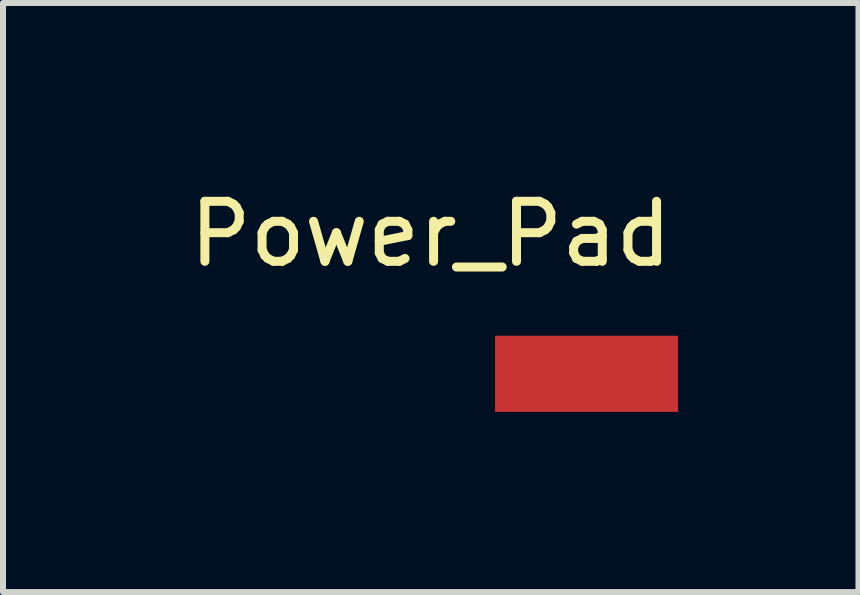
<source format=kicad_pcb>
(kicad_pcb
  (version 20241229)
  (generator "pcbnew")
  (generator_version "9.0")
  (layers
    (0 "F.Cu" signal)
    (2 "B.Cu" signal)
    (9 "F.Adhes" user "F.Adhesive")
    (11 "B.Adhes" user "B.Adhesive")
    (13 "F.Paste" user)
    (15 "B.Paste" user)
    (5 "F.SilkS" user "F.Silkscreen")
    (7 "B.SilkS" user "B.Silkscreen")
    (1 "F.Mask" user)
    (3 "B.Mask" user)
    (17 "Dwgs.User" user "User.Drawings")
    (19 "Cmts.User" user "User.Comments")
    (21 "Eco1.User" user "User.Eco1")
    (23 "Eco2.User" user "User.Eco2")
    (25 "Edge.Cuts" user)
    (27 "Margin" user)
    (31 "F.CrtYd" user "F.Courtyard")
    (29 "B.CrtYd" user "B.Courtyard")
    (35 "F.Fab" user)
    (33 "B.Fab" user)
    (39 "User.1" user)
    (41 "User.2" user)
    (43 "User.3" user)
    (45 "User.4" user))
  (footprint "Power_Pad"
    (layer "F.Cu")
    (at 6.718 3.177)
    (property "Reference" "Power_Pad" (at -2.593 -2.329 0) (layer "F.SilkS") (effects (font (size 1 1) (thickness 0.15))))
    (attr through_hole)
    (pad "1" smd rect (at 0.003 0) (size 3.048 1.27) (layers "F.Cu" "F.Mask" "F.Paste")))
  (gr_rect
    (start -3 -3)
    (end 11.25 6.812)
    (stroke (width 0.1) (type default))
    (fill no)
    (layer "Edge.Cuts")))
</source>
